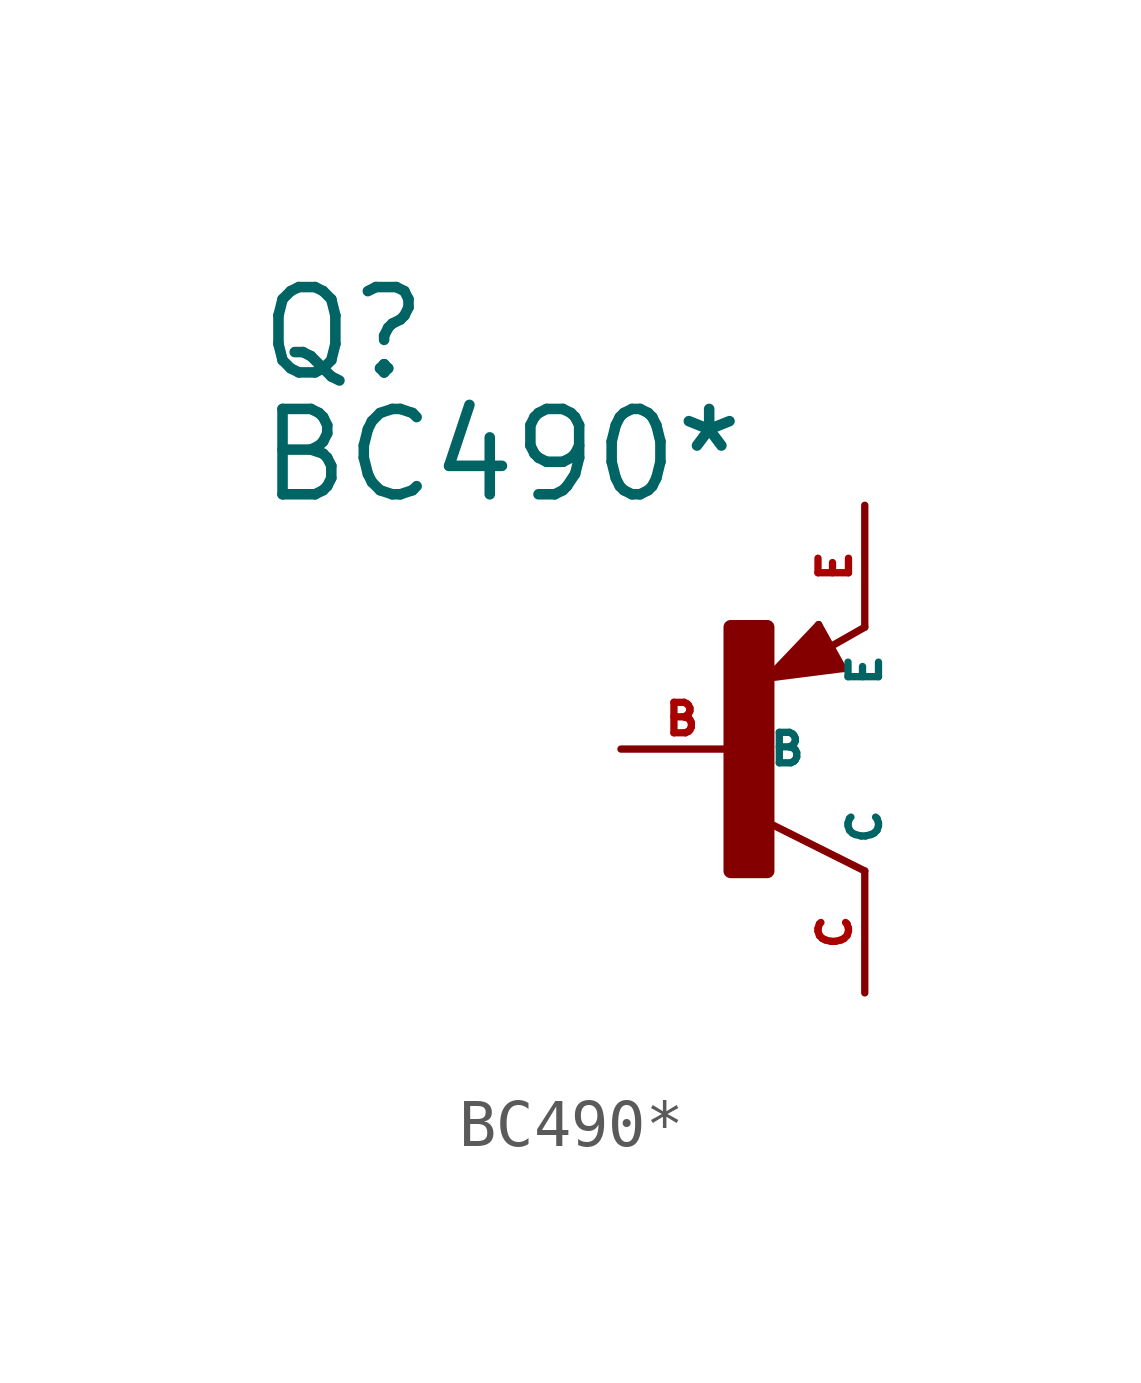
<source format=kicad_sym>
(kicad_symbol_lib
  (version 20220914)
  (generator Eagle2Kicad)
  (symbol "BC490*"
    (property "Reference" "Q"
      (at -10.16 7.62 0)
      (effects (font (size 1.778 1.778) (thickness 0.22)) (justify left bottom)))
    (property "Value" "BC490*"
      (at -10.16 5.08 0)
      (effects (font (size 1.778 1.778) (thickness 0.22)) (justify left bottom)))
    (polyline
      (pts (xy 2.086 1.678) (xy 1.578 2.594))
      (stroke (width 0.152) (type default))
      (fill (type none)))
    (polyline
      (pts (xy 1.578 2.594) (xy 0.516 1.478))
      (stroke (width 0.152) (type default))
      (fill (type none)))
    (polyline
      (pts (xy 0.516 1.478) (xy 2.086 1.678))
      (stroke (width 0.152) (type default))
      (fill (type none)))
    (polyline
      (pts (xy 2.54 2.54) (xy 1.808 2.124))
      (stroke (width 0.152) (type default))
      (fill (type none)))
    (polyline
      (pts (xy 2.54 -2.54) (xy 0.508 -1.524))
      (stroke (width 0.152) (type default))
      (fill (type none)))
    (polyline
      (pts (xy 1.905 1.778) (xy 1.524 2.413))
      (stroke (width 0.254) (type default))
      (fill (type none)))
    (polyline
      (pts (xy 1.524 2.413) (xy 0.762 1.651))
      (stroke (width 0.254) (type default))
      (fill (type none)))
    (polyline
      (pts (xy 0.762 1.651) (xy 1.778 1.778))
      (stroke (width 0.254) (type default))
      (fill (type none)))
    (polyline
      (pts (xy 1.778 1.778) (xy 1.524 2.159))
      (stroke (width 0.254) (type default))
      (fill (type none)))
    (polyline
      (pts (xy 1.524 2.159) (xy 1.143 1.905))
      (stroke (width 0.254) (type default))
      (fill (type none)))
    (polyline
      (pts (xy 1.143 1.905) (xy 1.524 1.905))
      (stroke (width 0.254) (type default))
      (fill (type none)))
    (rectangle
      (start -0.254 -2.54)
      (end 0.508 2.54)
      (stroke (width 0.3) (type default))
      (fill (type outline)))
    (pin passive line
      (at -2.54 0 0)
      (length 2.54)
      (name "B" (effects (font (size 0.635 0.635) (thickness 0.08)) (justify left bottom)))
      (number "B" (effects (font (size 0.635 0.635) (thickness 0.08)) (justify left bottom))))
    (pin passive line
      (at 2.54 5.08 270)
      (length 2.54)
      (name "E" (effects (font (size 0.635 0.635) (thickness 0.08)) (justify left bottom)))
      (number "E" (effects (font (size 0.635 0.635) (thickness 0.08)) (justify left bottom))))
    (pin passive line
      (at 2.54 -5.08 90)
      (length 2.54)
      (name "C" (effects (font (size 0.635 0.635) (thickness 0.08)) (justify left bottom)))
      (number "C" (effects (font (size 0.635 0.635) (thickness 0.08)) (justify left bottom))))))
</source>
